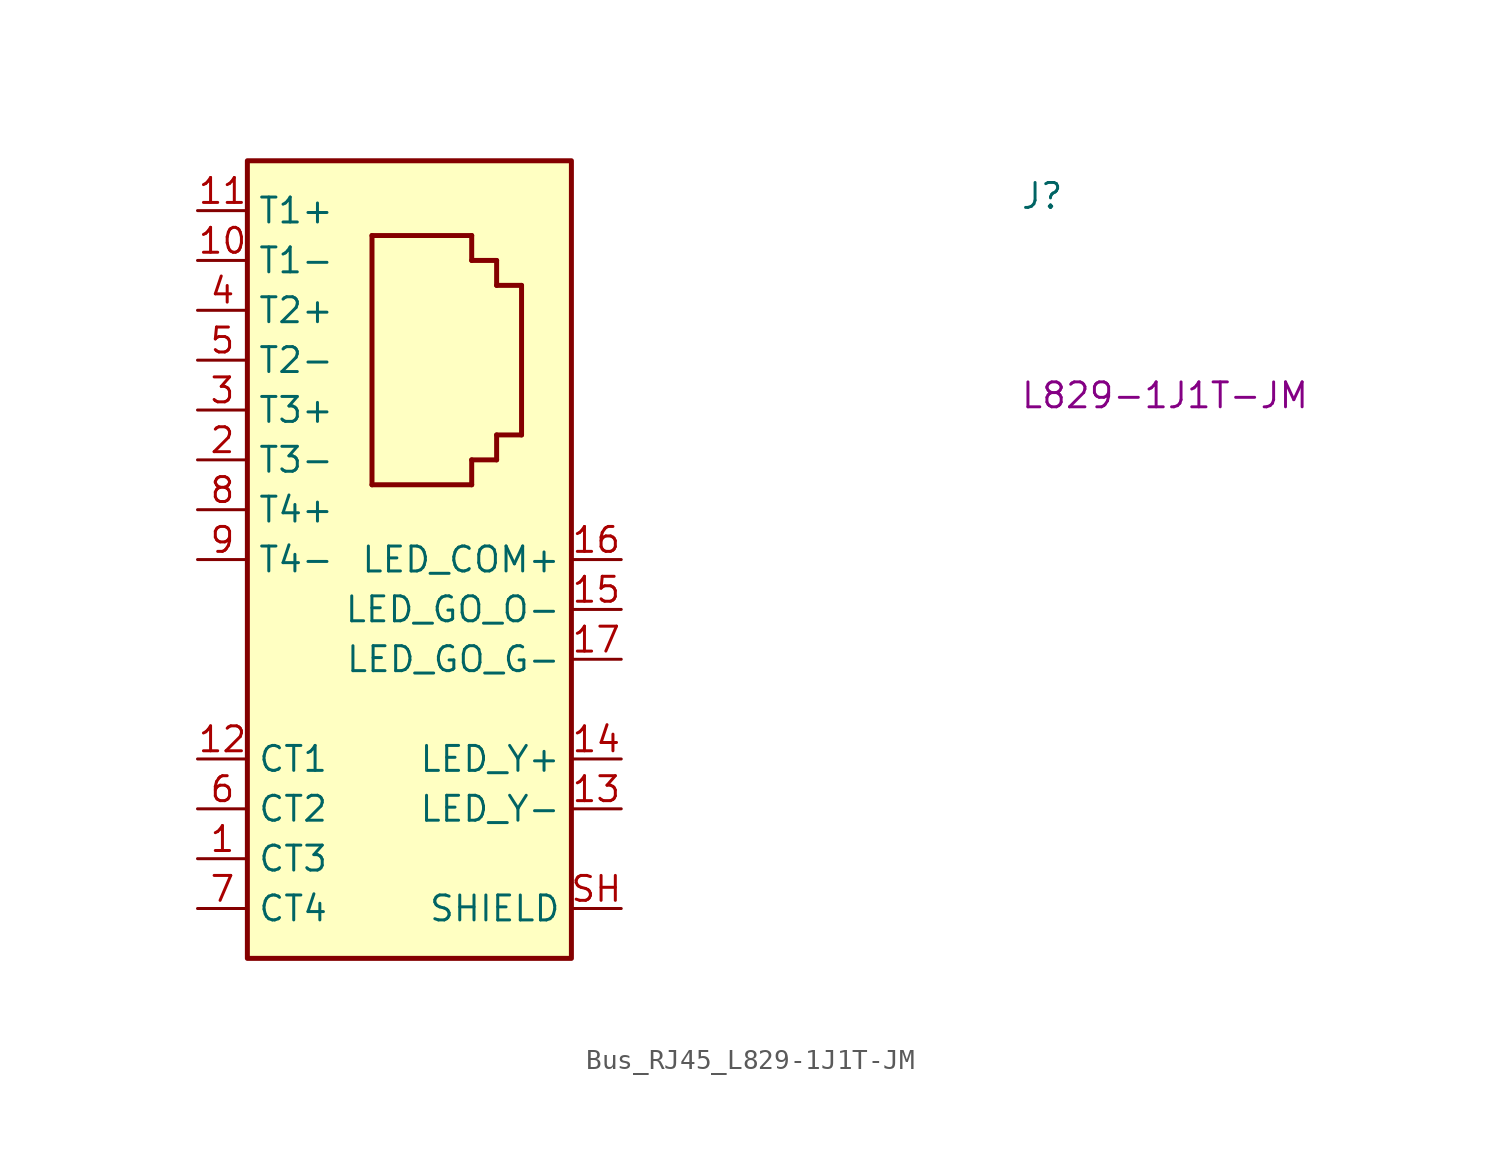
<source format=kicad_sym>
(kicad_symbol_lib
  (version 20220914)
  (generator kicad_symbol_editor)
  (symbol "Bus_RJ45_L829-1J1T-JM"
    (property "Reference" "J"
      (at 41.91 0 0)
      (effects (font (size 1.27 1.27) (thickness 0.15)) (justify left bottom)))
    (property "MPN" "L829-1J1T-JM"
      (at 41.91 -10.16 0)
      (effects (font (size 1.27 1.27) (thickness 0.15)) (justify left bottom)))
    (symbol "Bus_RJ45_L829-1J1T-JM_1_1"
      (polyline (pts (xy 8.89 -13.97) (xy 13.97 -13.97)) (stroke (width 0.254) (type default)) (fill (type background)))
      (polyline (pts (xy 8.89 -1.27) (xy 8.89 -13.97)) (stroke (width 0.254) (type default)) (fill (type background)))
      (polyline (pts (xy 8.89 -1.27) (xy 13.97 -1.27)) (stroke (width 0.254) (type default)) (fill (type background)))
      (polyline (pts (xy 13.97 -13.97) (xy 13.97 -12.7)) (stroke (width 0.254) (type default)) (fill (type background)))
      (polyline (pts (xy 13.97 -12.7) (xy 15.24 -12.7)) (stroke (width 0.254) (type default)) (fill (type background)))
      (polyline (pts (xy 13.97 -2.54) (xy 15.24 -2.54)) (stroke (width 0.254) (type default)) (fill (type background)))
      (polyline (pts (xy 13.97 -1.27) (xy 13.97 -2.54)) (stroke (width 0.254) (type default)) (fill (type background)))
      (polyline (pts (xy 15.24 -12.7) (xy 15.24 -11.43)) (stroke (width 0.254) (type default)) (fill (type background)))
      (polyline (pts (xy 15.24 -11.43) (xy 16.51 -11.43)) (stroke (width 0.254) (type default)) (fill (type background)))
      (polyline (pts (xy 15.24 -3.81) (xy 16.51 -3.81)) (stroke (width 0.254) (type default)) (fill (type background)))
      (polyline (pts (xy 15.24 -2.54) (xy 15.24 -3.81)) (stroke (width 0.254) (type default)) (fill (type background)))
      (polyline (pts (xy 16.51 -3.81) (xy 16.51 -11.43)) (stroke (width 0.254) (type default)) (fill (type background)))
      (rectangle (start 2.54 2.54) (end 19.05 -38.1) (stroke (width 0.254) (type default)) (fill (type background)))
      (pin bidirectional line (at 0 -33.02 0) (length 2.54) (name "CT3" (effects (font (size 1.27 1.27)))) (number "1" (effects (font (size 1.27 1.27)))))
      (pin bidirectional line (at 0 -2.54 0) (length 2.54) (name "T1-" (effects (font (size 1.27 1.27)))) (number "10" (effects (font (size 1.27 1.27)))))
      (pin bidirectional line (at 0 0 0) (length 2.54) (name "T1+" (effects (font (size 1.27 1.27)))) (number "11" (effects (font (size 1.27 1.27)))))
      (pin bidirectional line (at 0 -27.94 0) (length 2.54) (name "CT1" (effects (font (size 1.27 1.27)))) (number "12" (effects (font (size 1.27 1.27)))))
      (pin passive line (at 21.59 -30.48 180) (length 2.54) (name "LED_Y-" (effects (font (size 1.27 1.27)))) (number "13" (effects (font (size 1.27 1.27)))))
      (pin passive line (at 21.59 -27.94 180) (length 2.54) (name "LED_Y+" (effects (font (size 1.27 1.27)))) (number "14" (effects (font (size 1.27 1.27)))))
      (pin passive line (at 21.59 -20.32 180) (length 2.54) (name "LED_GO_O-" (effects (font (size 1.27 1.27)))) (number "15" (effects (font (size 1.27 1.27)))))
      (pin passive line (at 21.59 -17.78 180) (length 2.54) (name "LED_COM+" (effects (font (size 1.27 1.27)))) (number "16" (effects (font (size 1.27 1.27)))))
      (pin passive line (at 21.59 -22.86 180) (length 2.54) (name "LED_GO_G-" (effects (font (size 1.27 1.27)))) (number "17" (effects (font (size 1.27 1.27)))))
      (pin bidirectional line (at 0 -12.7 0) (length 2.54) (name "T3-" (effects (font (size 1.27 1.27)))) (number "2" (effects (font (size 1.27 1.27)))))
      (pin bidirectional line (at 0 -10.16 0) (length 2.54) (name "T3+" (effects (font (size 1.27 1.27)))) (number "3" (effects (font (size 1.27 1.27)))))
      (pin bidirectional line (at 0 -5.08 0) (length 2.54) (name "T2+" (effects (font (size 1.27 1.27)))) (number "4" (effects (font (size 1.27 1.27)))))
      (pin bidirectional line (at 0 -7.62 0) (length 2.54) (name "T2-" (effects (font (size 1.27 1.27)))) (number "5" (effects (font (size 1.27 1.27)))))
      (pin bidirectional line (at 0 -30.48 0) (length 2.54) (name "CT2" (effects (font (size 1.27 1.27)))) (number "6" (effects (font (size 1.27 1.27)))))
      (pin bidirectional line (at 0 -35.56 0) (length 2.54) (name "CT4" (effects (font (size 1.27 1.27)))) (number "7" (effects (font (size 1.27 1.27)))))
      (pin bidirectional line (at 0 -15.24 0) (length 2.54) (name "T4+" (effects (font (size 1.27 1.27)))) (number "8" (effects (font (size 1.27 1.27)))))
      (pin bidirectional line (at 0 -17.78 0) (length 2.54) (name "T4-" (effects (font (size 1.27 1.27)))) (number "9" (effects (font (size 1.27 1.27)))))
      (pin passive line (at 21.59 -35.56 180) (length 2.54) (name "SHIELD" (effects (font (size 1.27 1.27)))) (number "SH" (effects (font (size 1.27 1.27))))))))
</source>
